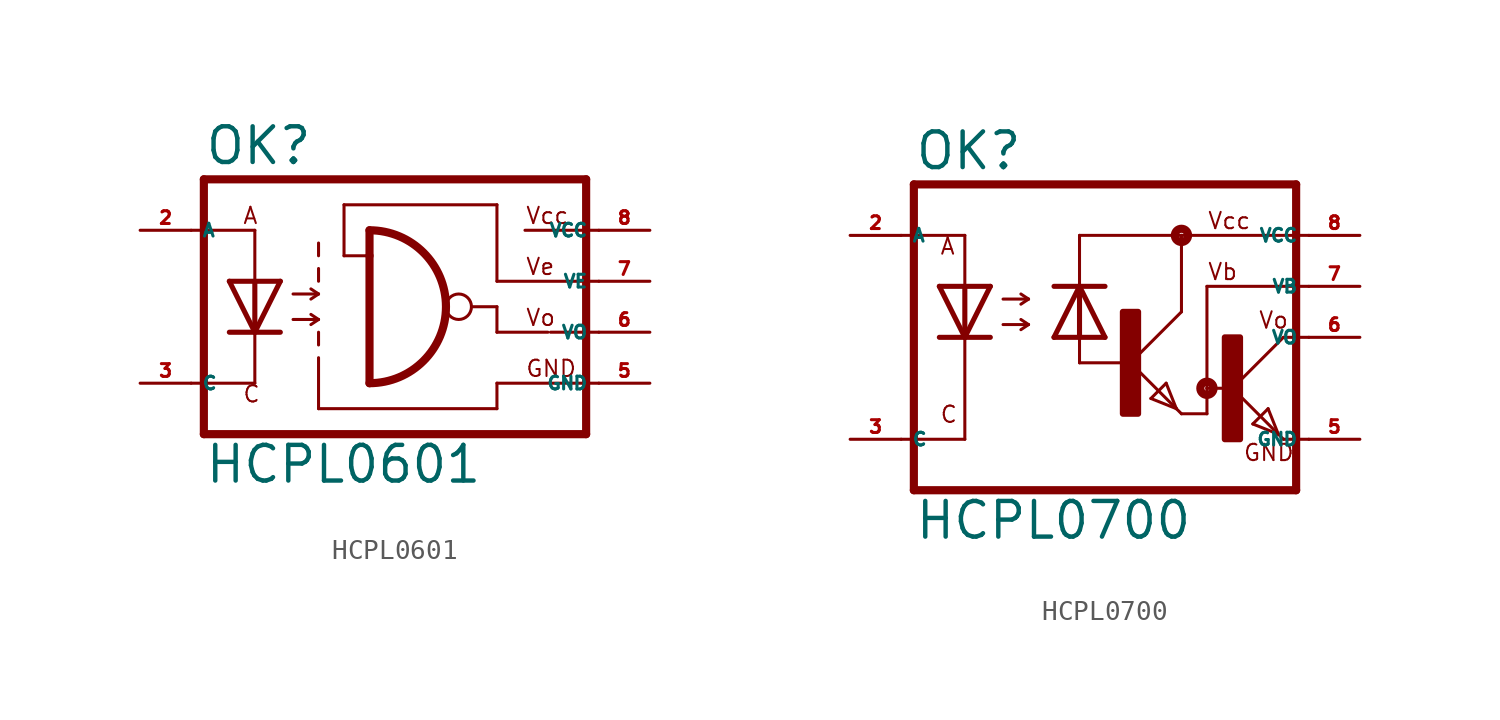
<source format=kicad_sym>
(kicad_symbol_lib
  (version 20220914)
  (generator kicad_symbol_editor)
  (symbol "HCPL0601"
    (property "Reference" "OK"
      (at -9.525 8.255 0)
      (effects (font (size 1.778 1.778) (thickness 0.22)) (justify left bottom)))
    (property "Value" "HCPL0601"
      (at -9.525 -7.62 0)
      (effects (font (size 1.778 1.778) (thickness 0.22)) (justify left bottom)))
    (symbol "HCPL0601_1_1"
      (arc (start -1.27 -2.54) (mid 2.5234 1.27) (end -1.27 5.08) (stroke (width 0.4064) (type default)) (fill (type none)))
      (polyline (pts (xy -10.16 -2.54) (xy -6.985 -2.54)) (stroke (width 0.152) (type default)) (fill (type none)))
      (polyline (pts (xy -10.16 5.08) (xy -6.985 5.08)) (stroke (width 0.152) (type default)) (fill (type none)))
      (polyline (pts (xy -9.525 7.62) (xy -9.525 -5.08)) (stroke (width 0.406) (type default)) (fill (type none)))
      (polyline (pts (xy -6.985 -2.54) (xy -6.985 0)) (stroke (width 0.152) (type default)) (fill (type none)))
      (polyline (pts (xy -6.985 0) (xy -8.255 0)) (stroke (width 0.254) (type default)) (fill (type none)))
      (polyline (pts (xy -6.985 0) (xy -8.255 2.54)) (stroke (width 0.254) (type default)) (fill (type none)))
      (polyline (pts (xy -6.985 2.54) (xy -8.255 2.54)) (stroke (width 0.254) (type default)) (fill (type none)))
      (polyline (pts (xy -6.985 2.54) (xy -6.985 0)) (stroke (width 0.254) (type default)) (fill (type none)))
      (polyline (pts (xy -6.985 2.54) (xy -6.985 5.08)) (stroke (width 0.152) (type default)) (fill (type none)))
      (polyline (pts (xy -5.715 0) (xy -6.985 0)) (stroke (width 0.254) (type default)) (fill (type none)))
      (polyline (pts (xy -5.715 2.54) (xy -6.985 0)) (stroke (width 0.254) (type default)) (fill (type none)))
      (polyline (pts (xy -5.715 2.54) (xy -6.985 2.54)) (stroke (width 0.254) (type default)) (fill (type none)))
      (polyline (pts (xy -5.08 0.635) (xy -3.81 0.635)) (stroke (width 0.152) (type default)) (fill (type none)))
      (polyline (pts (xy -5.08 1.905) (xy -3.81 1.905)) (stroke (width 0.152) (type default)) (fill (type none)))
      (polyline (pts (xy -3.81 -3.81) (xy -3.81 -1.27)) (stroke (width 0.152) (type default)) (fill (type none)))
      (polyline (pts (xy -3.81 -3.81) (xy 5.08 -3.81)) (stroke (width 0.152) (type default)) (fill (type none)))
      (polyline (pts (xy -3.81 -0.635) (xy -3.81 0)) (stroke (width 0.152) (type default)) (fill (type none)))
      (polyline (pts (xy -3.81 0.635) (xy -4.191 0.381)) (stroke (width 0.152) (type default)) (fill (type none)))
      (polyline (pts (xy -3.81 0.635) (xy -4.191 0.889)) (stroke (width 0.152) (type default)) (fill (type none)))
      (polyline (pts (xy -3.81 1.905) (xy -4.191 1.651)) (stroke (width 0.152) (type default)) (fill (type none)))
      (polyline (pts (xy -3.81 1.905) (xy -4.191 2.159)) (stroke (width 0.152) (type default)) (fill (type none)))
      (polyline (pts (xy -3.81 2.54) (xy -3.81 3.175)) (stroke (width 0.152) (type default)) (fill (type none)))
      (polyline (pts (xy -3.81 3.81) (xy -3.81 4.445)) (stroke (width 0.152) (type default)) (fill (type none)))
      (polyline (pts (xy -2.54 3.81) (xy -2.54 6.35)) (stroke (width 0.152) (type default)) (fill (type none)))
      (polyline (pts (xy -2.54 6.35) (xy 5.08 6.35)) (stroke (width 0.152) (type default)) (fill (type none)))
      (polyline (pts (xy -1.27 3.81) (xy -2.54 3.81)) (stroke (width 0.152) (type default)) (fill (type none)))
      (polyline (pts (xy -1.27 3.81) (xy -1.27 -2.54)) (stroke (width 0.406) (type default)) (fill (type none)))
      (polyline (pts (xy -1.27 5.08) (xy -1.27 3.81)) (stroke (width 0.406) (type default)) (fill (type none)))
      (polyline (pts (xy 3.81 1.27) (xy 5.08 1.27)) (stroke (width 0.152) (type default)) (fill (type none)))
      (polyline (pts (xy 5.08 -2.54) (xy 5.08 -3.81)) (stroke (width 0.152) (type default)) (fill (type none)))
      (polyline (pts (xy 5.08 -2.54) (xy 10.16 -2.54)) (stroke (width 0.152) (type default)) (fill (type none)))
      (polyline (pts (xy 5.08 0) (xy 7.62 0)) (stroke (width 0.152) (type default)) (fill (type none)))
      (polyline (pts (xy 5.08 1.27) (xy 5.08 0)) (stroke (width 0.152) (type default)) (fill (type none)))
      (polyline (pts (xy 5.08 2.54) (xy 10.16 2.54)) (stroke (width 0.152) (type default)) (fill (type none)))
      (polyline (pts (xy 5.08 6.35) (xy 5.08 2.54)) (stroke (width 0.152) (type default)) (fill (type none)))
      (polyline (pts (xy 6.477 5.08) (xy 10.16 5.08)) (stroke (width 0.152) (type default)) (fill (type none)))
      (polyline (pts (xy 7.747 0) (xy 10.16 0)) (stroke (width 0.152) (type default)) (fill (type none)))
      (polyline (pts (xy 9.525 -5.08) (xy -9.525 -5.08)) (stroke (width 0.406) (type default)) (fill (type none)))
      (polyline (pts (xy 9.525 7.62) (xy -9.525 7.62)) (stroke (width 0.406) (type default)) (fill (type none)))
      (polyline (pts (xy 9.525 7.62) (xy 9.525 -5.08)) (stroke (width 0.406) (type default)) (fill (type none)))
      (circle (center 3.175 1.27) (radius 0.635) (stroke (width 0.152) (type default)) (fill (type none)))
      (text "A" (at -7.62 5.334 0) (effects (font (size 0.813 0.813) (thickness 0.1)) (justify left bottom)))
      (text "C" (at -7.62 -3.556 0) (effects (font (size 0.813 0.813) (thickness 0.1)) (justify left bottom)))
      (text "GND" (at 6.477 -2.286 0) (effects (font (size 0.813 0.813) (thickness 0.1)) (justify left bottom)))
      (text "Vcc" (at 6.477 5.334 0) (effects (font (size 0.813 0.813) (thickness 0.1)) (justify left bottom)))
      (text "Ve" (at 6.477 2.794 0) (effects (font (size 0.813 0.813) (thickness 0.1)) (justify left bottom)))
      (text "Vo" (at 6.477 0.254 0) (effects (font (size 0.813 0.813) (thickness 0.1)) (justify left bottom)))
      (pin passive line (at -12.7 5.08 0) (length 2.54) (name "A" (effects (font (size 0.635 0.635)))) (number "2" (effects (font (size 0.635 0.635)))))
      (pin passive line (at -12.7 -2.54 0) (length 2.54) (name "C" (effects (font (size 0.635 0.635)))) (number "3" (effects (font (size 0.635 0.635)))))
      (pin passive line (at 12.7 -2.54 180) (length 2.54) (name "GND" (effects (font (size 0.635 0.635)))) (number "5" (effects (font (size 0.635 0.635)))))
      (pin passive line (at 12.7 0 180) (length 2.54) (name "VO" (effects (font (size 0.635 0.635)))) (number "6" (effects (font (size 0.635 0.635)))))
      (pin passive line (at 12.7 2.54 180) (length 2.54) (name "VE" (effects (font (size 0.635 0.635)))) (number "7" (effects (font (size 0.635 0.635)))))
      (pin passive line (at 12.7 5.08 180) (length 2.54) (name "VCC" (effects (font (size 0.635 0.635)))) (number "8" (effects (font (size 0.635 0.635)))))))
  (symbol "HCPL0700"
    (property "Reference" "OK"
      (at -9.525 8.255 0)
      (effects (font (size 1.778 1.778) (thickness 0.22)) (justify left bottom)))
    (property "Value" "HCPL0700"
      (at -9.525 -10.16 0)
      (effects (font (size 1.778 1.778) (thickness 0.22)) (justify left bottom)))
    (symbol "HCPL0700_1_1"
      (polyline (pts (xy -10.16 -5.08) (xy -6.985 -5.08)) (stroke (width 0.152) (type default)) (fill (type none)))
      (polyline (pts (xy -10.16 5.08) (xy -6.985 5.08)) (stroke (width 0.152) (type default)) (fill (type none)))
      (polyline (pts (xy -9.525 7.62) (xy -9.525 -7.62)) (stroke (width 0.406) (type default)) (fill (type none)))
      (polyline (pts (xy -6.985 -5.08) (xy -6.985 0)) (stroke (width 0.152) (type default)) (fill (type none)))
      (polyline (pts (xy -6.985 0) (xy -8.255 0)) (stroke (width 0.254) (type default)) (fill (type none)))
      (polyline (pts (xy -6.985 0) (xy -8.255 2.54)) (stroke (width 0.254) (type default)) (fill (type none)))
      (polyline (pts (xy -6.985 2.54) (xy -8.255 2.54)) (stroke (width 0.254) (type default)) (fill (type none)))
      (polyline (pts (xy -6.985 2.54) (xy -6.985 0)) (stroke (width 0.254) (type default)) (fill (type none)))
      (polyline (pts (xy -6.985 2.54) (xy -6.985 5.08)) (stroke (width 0.152) (type default)) (fill (type none)))
      (polyline (pts (xy -5.715 0) (xy -6.985 0)) (stroke (width 0.254) (type default)) (fill (type none)))
      (polyline (pts (xy -5.715 2.54) (xy -6.985 0)) (stroke (width 0.254) (type default)) (fill (type none)))
      (polyline (pts (xy -5.715 2.54) (xy -6.985 2.54)) (stroke (width 0.254) (type default)) (fill (type none)))
      (polyline (pts (xy -5.08 0.635) (xy -3.81 0.635)) (stroke (width 0.152) (type default)) (fill (type none)))
      (polyline (pts (xy -5.08 1.905) (xy -3.81 1.905)) (stroke (width 0.152) (type default)) (fill (type none)))
      (polyline (pts (xy -3.81 0.635) (xy -4.191 0.381)) (stroke (width 0.152) (type default)) (fill (type none)))
      (polyline (pts (xy -3.81 0.635) (xy -4.191 0.889)) (stroke (width 0.152) (type default)) (fill (type none)))
      (polyline (pts (xy -3.81 1.905) (xy -4.191 1.651)) (stroke (width 0.152) (type default)) (fill (type none)))
      (polyline (pts (xy -3.81 1.905) (xy -4.191 2.159)) (stroke (width 0.152) (type default)) (fill (type none)))
      (polyline (pts (xy -2.54 0) (xy -1.27 0)) (stroke (width 0.254) (type default)) (fill (type none)))
      (polyline (pts (xy -2.54 0) (xy -1.27 2.54)) (stroke (width 0.254) (type default)) (fill (type none)))
      (polyline (pts (xy -2.54 2.54) (xy -1.27 2.54)) (stroke (width 0.254) (type default)) (fill (type none)))
      (polyline (pts (xy -1.27 -1.27) (xy -1.27 0)) (stroke (width 0.152) (type default)) (fill (type none)))
      (polyline (pts (xy -1.27 -1.27) (xy 1.27 -1.27)) (stroke (width 0.152) (type default)) (fill (type none)))
      (polyline (pts (xy -1.27 0) (xy -1.27 2.54)) (stroke (width 0.254) (type default)) (fill (type none)))
      (polyline (pts (xy -1.27 0) (xy 0 0)) (stroke (width 0.254) (type default)) (fill (type none)))
      (polyline (pts (xy -1.27 2.54) (xy 0 0)) (stroke (width 0.254) (type default)) (fill (type none)))
      (polyline (pts (xy -1.27 2.54) (xy 0 2.54)) (stroke (width 0.254) (type default)) (fill (type none)))
      (polyline (pts (xy -1.27 5.08) (xy -1.27 2.54)) (stroke (width 0.152) (type default)) (fill (type none)))
      (polyline (pts (xy 1.27 -1.27) (xy 3.556 -3.556)) (stroke (width 0.152) (type default)) (fill (type none)))
      (polyline (pts (xy 2.286 -3.048) (xy 3.048 -2.286)) (stroke (width 0.152) (type default)) (fill (type none)))
      (polyline (pts (xy 3.048 -2.286) (xy 3.556 -3.556)) (stroke (width 0.152) (type default)) (fill (type none)))
      (polyline (pts (xy 3.556 -3.556) (xy 2.286 -3.048)) (stroke (width 0.152) (type default)) (fill (type none)))
      (polyline (pts (xy 3.556 -3.556) (xy 3.81 -3.81)) (stroke (width 0.152) (type default)) (fill (type none)))
      (polyline (pts (xy 3.81 -3.81) (xy 5.08 -3.81)) (stroke (width 0.152) (type default)) (fill (type none)))
      (polyline (pts (xy 3.81 1.27) (xy 1.27 -1.27)) (stroke (width 0.152) (type default)) (fill (type none)))
      (polyline (pts (xy 3.81 1.27) (xy 3.81 5.08)) (stroke (width 0.152) (type default)) (fill (type none)))
      (polyline (pts (xy 3.81 5.08) (xy -1.27 5.08)) (stroke (width 0.152) (type default)) (fill (type none)))
      (polyline (pts (xy 3.81 5.08) (xy 10.16 5.08)) (stroke (width 0.152) (type default)) (fill (type none)))
      (polyline (pts (xy 5.08 -3.81) (xy 5.08 -2.54)) (stroke (width 0.152) (type default)) (fill (type none)))
      (polyline (pts (xy 5.08 -2.54) (xy 5.08 2.54)) (stroke (width 0.152) (type default)) (fill (type none)))
      (polyline (pts (xy 5.08 -2.54) (xy 6.35 -2.54)) (stroke (width 0.152) (type default)) (fill (type none)))
      (polyline (pts (xy 5.08 2.54) (xy 10.16 2.54)) (stroke (width 0.152) (type default)) (fill (type none)))
      (polyline (pts (xy 6.35 -2.54) (xy 8.636 -4.826)) (stroke (width 0.152) (type default)) (fill (type none)))
      (polyline (pts (xy 7.366 -4.318) (xy 8.128 -3.556)) (stroke (width 0.152) (type default)) (fill (type none)))
      (polyline (pts (xy 8.128 -3.556) (xy 8.636 -4.826)) (stroke (width 0.152) (type default)) (fill (type none)))
      (polyline (pts (xy 8.636 -4.826) (xy 7.366 -4.318)) (stroke (width 0.152) (type default)) (fill (type none)))
      (polyline (pts (xy 8.636 -4.826) (xy 8.89 -5.08)) (stroke (width 0.152) (type default)) (fill (type none)))
      (polyline (pts (xy 8.89 -5.08) (xy 10.16 -5.08)) (stroke (width 0.152) (type default)) (fill (type none)))
      (polyline (pts (xy 8.89 0) (xy 6.35 -2.54)) (stroke (width 0.152) (type default)) (fill (type none)))
      (polyline (pts (xy 8.89 0) (xy 10.16 0)) (stroke (width 0.152) (type default)) (fill (type none)))
      (polyline (pts (xy 9.525 -7.62) (xy -9.525 -7.62)) (stroke (width 0.406) (type default)) (fill (type none)))
      (polyline (pts (xy 9.525 7.62) (xy -9.525 7.62)) (stroke (width 0.406) (type default)) (fill (type none)))
      (polyline (pts (xy 9.525 7.62) (xy 9.525 -7.62)) (stroke (width 0.406) (type default)) (fill (type none)))
      (rectangle (start 0.889 -3.81) (end 1.651 1.27) (stroke (width 0.3) (type default)) (fill (type outline)))
      (circle (center 3.81 5.08) (radius 0.127) (stroke (width 0.406) (type default)) (fill (type none)))
      (circle (center 5.08 -2.54) (radius 0.127) (stroke (width 0.406) (type default)) (fill (type none)))
      (rectangle (start 5.969 -5.08) (end 6.731 0) (stroke (width 0.3) (type default)) (fill (type outline)))
      (text "A" (at -8.255 4.064 0) (effects (font (size 0.813 0.813) (thickness 0.1)) (justify left bottom)))
      (text "C" (at -8.255 -4.318 0) (effects (font (size 0.813 0.813) (thickness 0.1)) (justify left bottom)))
      (text "GND" (at 6.858 -6.223 0) (effects (font (size 0.813 0.813) (thickness 0.1)) (justify left bottom)))
      (text "Vb" (at 5.08 2.794 0) (effects (font (size 0.813 0.813) (thickness 0.1)) (justify left bottom)))
      (text "Vcc" (at 5.08 5.334 0) (effects (font (size 0.813 0.813) (thickness 0.1)) (justify left bottom)))
      (text "Vo" (at 7.62 0.381 0) (effects (font (size 0.813 0.813) (thickness 0.1)) (justify left bottom)))
      (pin passive line (at -12.7 5.08 0) (length 2.54) (name "A" (effects (font (size 0.635 0.635)))) (number "2" (effects (font (size 0.635 0.635)))))
      (pin passive line (at -12.7 -5.08 0) (length 2.54) (name "C" (effects (font (size 0.635 0.635)))) (number "3" (effects (font (size 0.635 0.635)))))
      (pin passive line (at 12.7 -5.08 180) (length 2.54) (name "GND" (effects (font (size 0.635 0.635)))) (number "5" (effects (font (size 0.635 0.635)))))
      (pin passive line (at 12.7 0 180) (length 2.54) (name "VO" (effects (font (size 0.635 0.635)))) (number "6" (effects (font (size 0.635 0.635)))))
      (pin passive line (at 12.7 2.54 180) (length 2.54) (name "VB" (effects (font (size 0.635 0.635)))) (number "7" (effects (font (size 0.635 0.635)))))
      (pin passive line (at 12.7 5.08 180) (length 2.54) (name "VCC" (effects (font (size 0.635 0.635)))) (number "8" (effects (font (size 0.635 0.635))))))))
</source>
